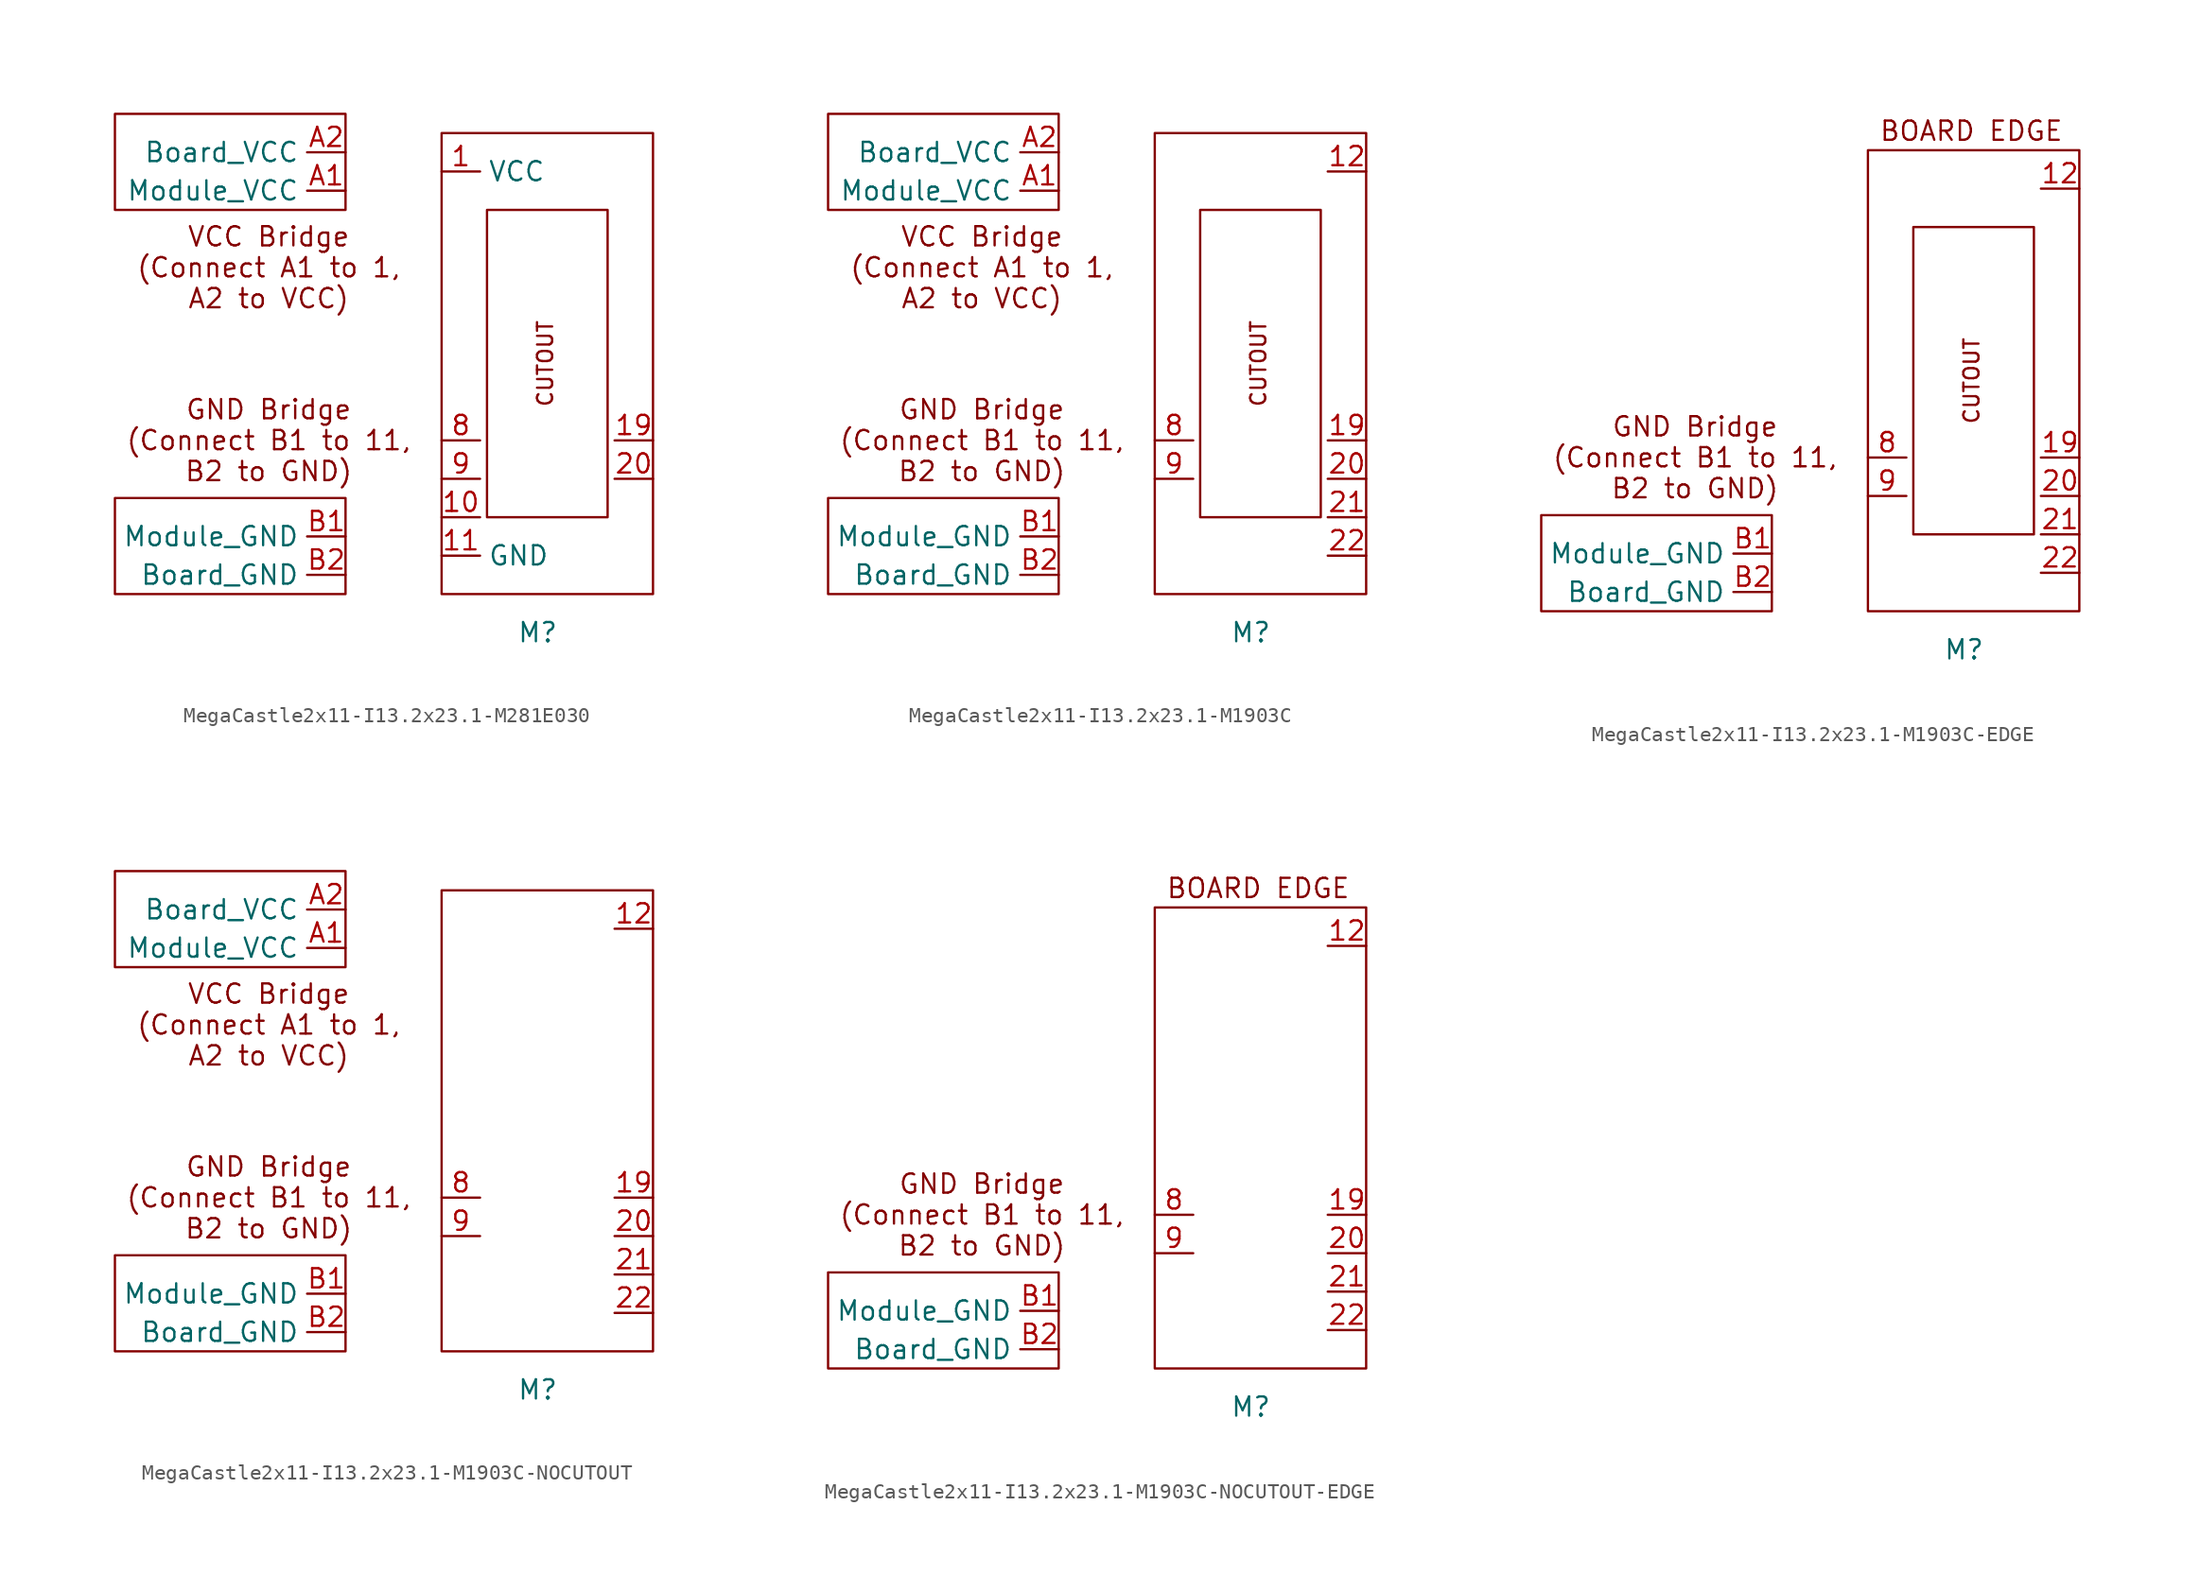
<source format=kicad_sym>
(kicad_symbol_lib
  (version 20231120)
  (generator "kicad_symbol_editor")
  (generator_version "8.0")
  (symbol "MegaCastle2x11-I13.2x23.1-M281E030"
    (property "Reference" "M"
      (at 0 -17.78 0)
      (effects (font (size 1.27 1.27))))
    (property "Value" ""
      (at 0 5.08 0)
      (effects (font (size 1.27 1.27))))
    (symbol "MegaCastle2x11-I13.2x23.1-M281E030_0_1"
      (rectangle (start -27.94 -8.89) (end -12.7 -15.24) (stroke (width 0) (type default)) (fill (type none)))
      (rectangle (start -27.94 16.51) (end -12.7 10.16) (stroke (width 0) (type default)) (fill (type none)))
      (rectangle (start -6.35 15.24) (end 7.62 -15.24) (stroke (width 0) (type default)) (fill (type none)))
      (rectangle (start -3.35 10.16) (end 4.62 -10.16) (stroke (width 0) (type default)) (fill (type none))))
    (symbol "MegaCastle2x11-I13.2x23.1-M281E030_1_1"
      (text "CUTOUT" (at 0.5 0 900) (effects (font (size 1 1))))
      (text "GND Bridge\n(Connect B1 to 11,\nB2 to GND)" (at -17.78 -5.08 0) (effects (font (size 1.27 1.27))))
      (text "VCC Bridge\n(Connect A1 to 1,\nA2 to VCC)" (at -17.78 6.35 0) (effects (font (size 1.27 1.27))))
      (pin bidirectional line (at -6.35 12.7 0) (length 2.54) (name "VCC" (effects (font (size 1.27 1.27)))) (number "1" (effects (font (size 1.27 1.27)))))
      (pin bidirectional line (at -6.35 -10.16 0) (length 2.54) (name "" (effects (font (size 1.27 1.27)))) (number "10" (effects (font (size 1.27 1.27)))))
      (pin bidirectional line (at -6.35 -12.7 0) (length 2.54) (name "GND" (effects (font (size 1.27 1.27)))) (number "11" (effects (font (size 1.27 1.27)))))
      (pin bidirectional line (at 7.62 -5.08 180) (length 2.54) (name "" (effects (font (size 1.27 1.27)))) (number "19" (effects (font (size 1.27 1.27)))))
      (pin bidirectional line (at 7.62 -7.62 180) (length 2.54) (name "" (effects (font (size 1.27 1.27)))) (number "20" (effects (font (size 1.27 1.27)))))
      (pin bidirectional line (at -6.35 -5.08 0) (length 2.54) (name "" (effects (font (size 1.27 1.27)))) (number "8" (effects (font (size 1.27 1.27)))))
      (pin bidirectional line (at -6.35 -7.62 0) (length 2.54) (name "" (effects (font (size 1.27 1.27)))) (number "9" (effects (font (size 1.27 1.27)))))
      (pin bidirectional line (at -12.7 11.43 180) (length 2.54) (name "Module_VCC" (effects (font (size 1.27 1.27)))) (number "A1" (effects (font (size 1.27 1.27)))))
      (pin bidirectional line (at -12.7 13.97 180) (length 2.54) (name "Board_VCC" (effects (font (size 1.27 1.27)))) (number "A2" (effects (font (size 1.27 1.27)))))
      (pin bidirectional line (at -12.7 -11.43 180) (length 2.54) (name "Module_GND" (effects (font (size 1.27 1.27)))) (number "B1" (effects (font (size 1.27 1.27)))))
      (pin bidirectional line (at -12.7 -13.97 180) (length 2.54) (name "Board_GND" (effects (font (size 1.27 1.27)))) (number "B2" (effects (font (size 1.27 1.27)))))))
  (symbol "MegaCastle2x11-I13.2x23.1-M1903C"
    (property "Reference" "M"
      (at 0 -17.78 0)
      (effects (font (size 1.27 1.27))))
    (property "Value" ""
      (at 0 5.08 0)
      (effects (font (size 1.27 1.27))))
    (symbol "MegaCastle2x11-I13.2x23.1-M1903C_0_1"
      (rectangle (start -27.94 -8.89) (end -12.7 -15.24) (stroke (width 0) (type default)) (fill (type none)))
      (rectangle (start -27.94 16.51) (end -12.7 10.16) (stroke (width 0) (type default)) (fill (type none)))
      (rectangle (start -6.35 15.24) (end 7.62 -15.24) (stroke (width 0) (type default)) (fill (type none)))
      (rectangle (start -3.35 10.16) (end 4.62 -10.16) (stroke (width 0) (type default)) (fill (type none))))
    (symbol "MegaCastle2x11-I13.2x23.1-M1903C_1_1"
      (text "CUTOUT" (at 0.5 0 900) (effects (font (size 1 1))))
      (text "GND Bridge\n(Connect B1 to 11,\nB2 to GND)" (at -17.78 -5.08 0) (effects (font (size 1.27 1.27))))
      (text "VCC Bridge\n(Connect A1 to 1,\nA2 to VCC)" (at -17.78 6.35 0) (effects (font (size 1.27 1.27))))
      (pin bidirectional line (at 7.62 12.7 180) (length 2.54) (name "" (effects (font (size 1.27 1.27)))) (number "12" (effects (font (size 1.27 1.27)))))
      (pin bidirectional line (at 7.62 -5.08 180) (length 2.54) (name "" (effects (font (size 1.27 1.27)))) (number "19" (effects (font (size 1.27 1.27)))))
      (pin bidirectional line (at 7.62 -7.62 180) (length 2.54) (name "" (effects (font (size 1.27 1.27)))) (number "20" (effects (font (size 1.27 1.27)))))
      (pin bidirectional line (at 7.62 -10.16 180) (length 2.54) (name "" (effects (font (size 1.27 1.27)))) (number "21" (effects (font (size 1.27 1.27)))))
      (pin bidirectional line (at 7.62 -12.7 180) (length 2.54) (name "" (effects (font (size 1.27 1.27)))) (number "22" (effects (font (size 1.27 1.27)))))
      (pin bidirectional line (at -6.35 -5.08 0) (length 2.54) (name "" (effects (font (size 1.27 1.27)))) (number "8" (effects (font (size 1.27 1.27)))))
      (pin bidirectional line (at -6.35 -7.62 0) (length 2.54) (name "" (effects (font (size 1.27 1.27)))) (number "9" (effects (font (size 1.27 1.27)))))
      (pin bidirectional line (at -12.7 11.43 180) (length 2.54) (name "Module_VCC" (effects (font (size 1.27 1.27)))) (number "A1" (effects (font (size 1.27 1.27)))))
      (pin bidirectional line (at -12.7 13.97 180) (length 2.54) (name "Board_VCC" (effects (font (size 1.27 1.27)))) (number "A2" (effects (font (size 1.27 1.27)))))
      (pin bidirectional line (at -12.7 -11.43 180) (length 2.54) (name "Module_GND" (effects (font (size 1.27 1.27)))) (number "B1" (effects (font (size 1.27 1.27)))))
      (pin bidirectional line (at -12.7 -13.97 180) (length 2.54) (name "Board_GND" (effects (font (size 1.27 1.27)))) (number "B2" (effects (font (size 1.27 1.27)))))))
  (symbol "MegaCastle2x11-I13.2x23.1-M1903C-EDGE"
    (property "Reference" "M"
      (at 0 -17.78 0)
      (effects (font (size 1.27 1.27))))
    (property "Value" ""
      (at 0 5.08 0)
      (effects (font (size 1.27 1.27))))
    (symbol "MegaCastle2x11-I13.2x23.1-M1903C-EDGE_0_1"
      (rectangle (start -27.94 -8.89) (end -12.7 -15.24) (stroke (width 0) (type default)) (fill (type none)))
      (rectangle (start -6.35 15.24) (end 7.62 -15.24) (stroke (width 0) (type default)) (fill (type none)))
      (rectangle (start -3.35 10.16) (end 4.62 -10.16) (stroke (width 0) (type default)) (fill (type none))))
    (symbol "MegaCastle2x11-I13.2x23.1-M1903C-EDGE_1_1"
      (text " BOARD EDGE" (at 0 16.51 0) (effects (font (size 1.27 1.27))))
      (text "CUTOUT" (at 0.5 0 900) (effects (font (size 1 1))))
      (text "GND Bridge\n(Connect B1 to 11,\nB2 to GND)" (at -17.78 -5.08 0) (effects (font (size 1.27 1.27))))
      (pin bidirectional line (at 7.62 12.7 180) (length 2.54) (name "" (effects (font (size 1.27 1.27)))) (number "12" (effects (font (size 1.27 1.27)))))
      (pin bidirectional line (at 7.62 -5.08 180) (length 2.54) (name "" (effects (font (size 1.27 1.27)))) (number "19" (effects (font (size 1.27 1.27)))))
      (pin bidirectional line (at 7.62 -7.62 180) (length 2.54) (name "" (effects (font (size 1.27 1.27)))) (number "20" (effects (font (size 1.27 1.27)))))
      (pin bidirectional line (at 7.62 -10.16 180) (length 2.54) (name "" (effects (font (size 1.27 1.27)))) (number "21" (effects (font (size 1.27 1.27)))))
      (pin bidirectional line (at 7.62 -12.7 180) (length 2.54) (name "" (effects (font (size 1.27 1.27)))) (number "22" (effects (font (size 1.27 1.27)))))
      (pin bidirectional line (at -6.35 -5.08 0) (length 2.54) (name "" (effects (font (size 1.27 1.27)))) (number "8" (effects (font (size 1.27 1.27)))))
      (pin bidirectional line (at -6.35 -7.62 0) (length 2.54) (name "" (effects (font (size 1.27 1.27)))) (number "9" (effects (font (size 1.27 1.27)))))
      (pin bidirectional line (at -12.7 -11.43 180) (length 2.54) (name "Module_GND" (effects (font (size 1.27 1.27)))) (number "B1" (effects (font (size 1.27 1.27)))))
      (pin bidirectional line (at -12.7 -13.97 180) (length 2.54) (name "Board_GND" (effects (font (size 1.27 1.27)))) (number "B2" (effects (font (size 1.27 1.27)))))))
  (symbol "MegaCastle2x11-I13.2x23.1-M1903C-NOCUTOUT"
    (property "Reference" "M"
      (at 0 -17.78 0)
      (effects (font (size 1.27 1.27))))
    (property "Value" ""
      (at 0 5.08 0)
      (effects (font (size 1.27 1.27))))
    (symbol "MegaCastle2x11-I13.2x23.1-M1903C-NOCUTOUT_0_1"
      (rectangle (start -27.94 -8.89) (end -12.7 -15.24) (stroke (width 0) (type default)) (fill (type none)))
      (rectangle (start -27.94 16.51) (end -12.7 10.16) (stroke (width 0) (type default)) (fill (type none)))
      (rectangle (start -6.35 15.24) (end 7.62 -15.24) (stroke (width 0) (type default)) (fill (type none))))
    (symbol "MegaCastle2x11-I13.2x23.1-M1903C-NOCUTOUT_1_1"
      (text "GND Bridge\n(Connect B1 to 11,\nB2 to GND)" (at -17.78 -5.08 0) (effects (font (size 1.27 1.27))))
      (text "VCC Bridge\n(Connect A1 to 1,\nA2 to VCC)" (at -17.78 6.35 0) (effects (font (size 1.27 1.27))))
      (pin bidirectional line (at 7.62 12.7 180) (length 2.54) (name "" (effects (font (size 1.27 1.27)))) (number "12" (effects (font (size 1.27 1.27)))))
      (pin bidirectional line (at 7.62 -5.08 180) (length 2.54) (name "" (effects (font (size 1.27 1.27)))) (number "19" (effects (font (size 1.27 1.27)))))
      (pin bidirectional line (at 7.62 -7.62 180) (length 2.54) (name "" (effects (font (size 1.27 1.27)))) (number "20" (effects (font (size 1.27 1.27)))))
      (pin bidirectional line (at 7.62 -10.16 180) (length 2.54) (name "" (effects (font (size 1.27 1.27)))) (number "21" (effects (font (size 1.27 1.27)))))
      (pin bidirectional line (at 7.62 -12.7 180) (length 2.54) (name "" (effects (font (size 1.27 1.27)))) (number "22" (effects (font (size 1.27 1.27)))))
      (pin bidirectional line (at -6.35 -5.08 0) (length 2.54) (name "" (effects (font (size 1.27 1.27)))) (number "8" (effects (font (size 1.27 1.27)))))
      (pin bidirectional line (at -6.35 -7.62 0) (length 2.54) (name "" (effects (font (size 1.27 1.27)))) (number "9" (effects (font (size 1.27 1.27)))))
      (pin bidirectional line (at -12.7 11.43 180) (length 2.54) (name "Module_VCC" (effects (font (size 1.27 1.27)))) (number "A1" (effects (font (size 1.27 1.27)))))
      (pin bidirectional line (at -12.7 13.97 180) (length 2.54) (name "Board_VCC" (effects (font (size 1.27 1.27)))) (number "A2" (effects (font (size 1.27 1.27)))))
      (pin bidirectional line (at -12.7 -11.43 180) (length 2.54) (name "Module_GND" (effects (font (size 1.27 1.27)))) (number "B1" (effects (font (size 1.27 1.27)))))
      (pin bidirectional line (at -12.7 -13.97 180) (length 2.54) (name "Board_GND" (effects (font (size 1.27 1.27)))) (number "B2" (effects (font (size 1.27 1.27)))))))
  (symbol "MegaCastle2x11-I13.2x23.1-M1903C-NOCUTOUT-EDGE"
    (property "Reference" "M"
      (at 0 -17.78 0)
      (effects (font (size 1.27 1.27))))
    (property "Value" ""
      (at 0 5.08 0)
      (effects (font (size 1.27 1.27))))
    (symbol "MegaCastle2x11-I13.2x23.1-M1903C-NOCUTOUT-EDGE_0_1"
      (rectangle (start -27.94 -8.89) (end -12.7 -15.24) (stroke (width 0) (type default)) (fill (type none)))
      (rectangle (start -6.35 15.24) (end 7.62 -15.24) (stroke (width 0) (type default)) (fill (type none))))
    (symbol "MegaCastle2x11-I13.2x23.1-M1903C-NOCUTOUT-EDGE_1_1"
      (text " BOARD EDGE" (at 0 16.51 0) (effects (font (size 1.27 1.27))))
      (text "GND Bridge\n(Connect B1 to 11,\nB2 to GND)" (at -17.78 -5.08 0) (effects (font (size 1.27 1.27))))
      (pin bidirectional line (at 7.62 12.7 180) (length 2.54) (name "" (effects (font (size 1.27 1.27)))) (number "12" (effects (font (size 1.27 1.27)))))
      (pin bidirectional line (at 7.62 -5.08 180) (length 2.54) (name "" (effects (font (size 1.27 1.27)))) (number "19" (effects (font (size 1.27 1.27)))))
      (pin bidirectional line (at 7.62 -7.62 180) (length 2.54) (name "" (effects (font (size 1.27 1.27)))) (number "20" (effects (font (size 1.27 1.27)))))
      (pin bidirectional line (at 7.62 -10.16 180) (length 2.54) (name "" (effects (font (size 1.27 1.27)))) (number "21" (effects (font (size 1.27 1.27)))))
      (pin bidirectional line (at 7.62 -12.7 180) (length 2.54) (name "" (effects (font (size 1.27 1.27)))) (number "22" (effects (font (size 1.27 1.27)))))
      (pin bidirectional line (at -6.35 -5.08 0) (length 2.54) (name "" (effects (font (size 1.27 1.27)))) (number "8" (effects (font (size 1.27 1.27)))))
      (pin bidirectional line (at -6.35 -7.62 0) (length 2.54) (name "" (effects (font (size 1.27 1.27)))) (number "9" (effects (font (size 1.27 1.27)))))
      (pin bidirectional line (at -12.7 -11.43 180) (length 2.54) (name "Module_GND" (effects (font (size 1.27 1.27)))) (number "B1" (effects (font (size 1.27 1.27)))))
      (pin bidirectional line (at -12.7 -13.97 180) (length 2.54) (name "Board_GND" (effects (font (size 1.27 1.27)))) (number "B2" (effects (font (size 1.27 1.27))))))))
</source>
